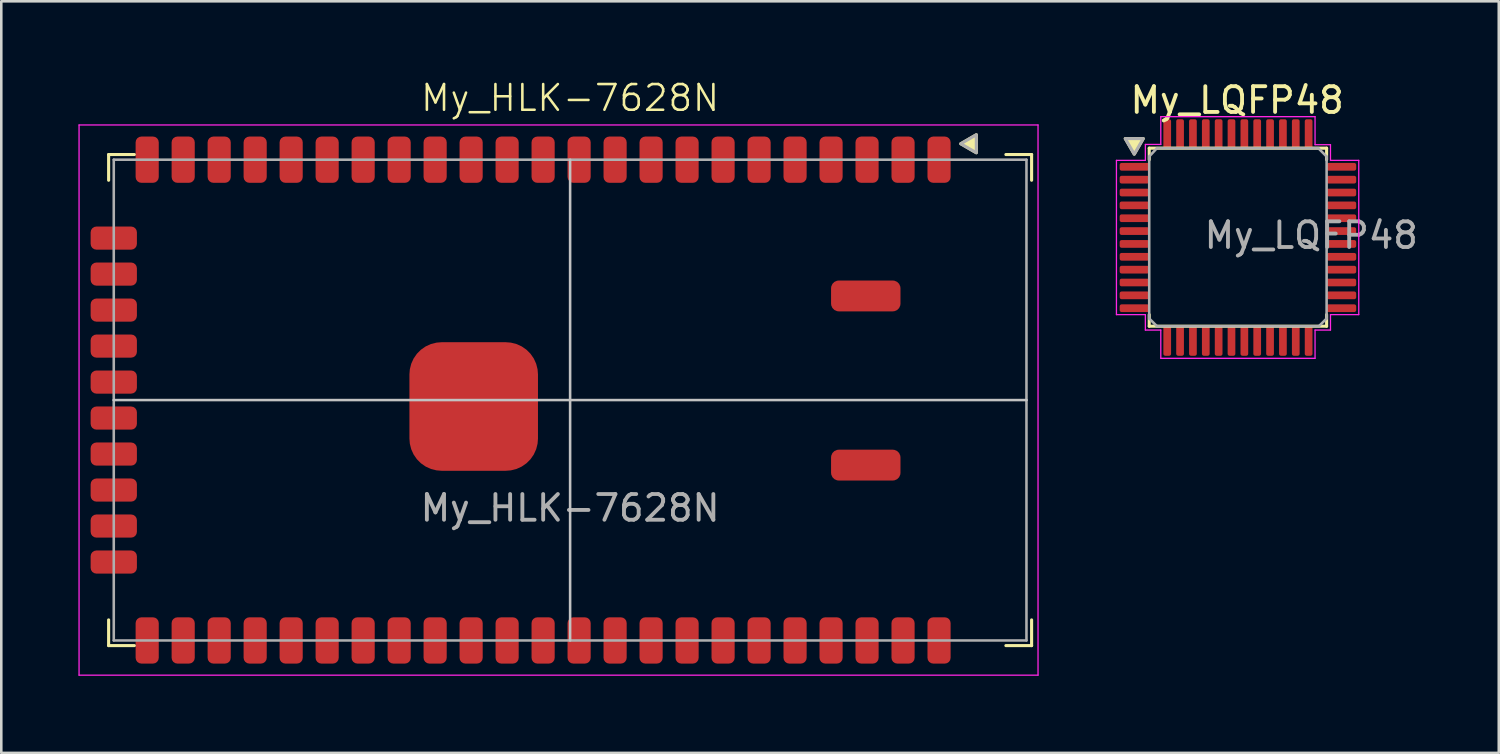
<source format=kicad_pcb>
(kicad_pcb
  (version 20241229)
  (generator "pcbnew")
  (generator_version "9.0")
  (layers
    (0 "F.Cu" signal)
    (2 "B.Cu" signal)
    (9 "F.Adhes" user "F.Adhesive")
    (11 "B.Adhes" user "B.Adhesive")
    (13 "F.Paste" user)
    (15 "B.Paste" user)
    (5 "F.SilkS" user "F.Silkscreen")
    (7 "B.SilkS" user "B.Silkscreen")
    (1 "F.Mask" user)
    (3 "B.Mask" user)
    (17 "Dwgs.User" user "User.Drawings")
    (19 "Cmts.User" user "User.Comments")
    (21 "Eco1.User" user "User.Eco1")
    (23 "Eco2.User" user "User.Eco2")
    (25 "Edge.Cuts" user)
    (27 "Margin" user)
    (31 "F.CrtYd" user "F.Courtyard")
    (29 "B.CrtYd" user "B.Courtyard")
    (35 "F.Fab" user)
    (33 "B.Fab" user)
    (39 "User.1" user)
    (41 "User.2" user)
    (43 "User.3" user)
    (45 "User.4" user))
  (footprint "My_LQFP48"
    (layer "F.Cu")
    (at 45.1 6.188)
    (property "Reference" "My_LQFP48" (at -0.03 -5.34 0) (layer "F.SilkS") (effects (font (size 1 1) (thickness 0.15))))
    (attr smd)
    (fp_line (start -3.45 -3.475) (end -3.45 -3.025) (stroke (width 0.12) (type solid)) (layer "F.SilkS"))
    (fp_line (start -3.45 3.45) (end -3.45 3) (stroke (width 0.12) (type solid)) (layer "F.SilkS"))
    (fp_line (start -3.45 3.45) (end 3.45 3.45) (stroke (width 0.12) (type solid)) (layer "F.SilkS"))
    (fp_line (start 3.45 -3.475) (end -3.45 -3.475) (stroke (width 0.12) (type solid)) (layer "F.SilkS"))
    (fp_line (start 3.45 -3.475) (end 3.45 -3.025) (stroke (width 0.12) (type solid)) (layer "F.SilkS"))
    (fp_line (start 3.45 3.45) (end 3.45 3) (stroke (width 0.12) (type solid)) (layer "F.SilkS"))
    (fp_poly (pts (xy -4.032 -3.242) (xy -4.382 -3.847) (xy -3.682 -3.847) (xy -4.032 -3.242)) (stroke (width 0.12) (type solid)) (fill yes) (layer "F.SilkS"))
    (fp_line (start -4.725 -3) (end -4.725 3) (stroke (width 0.05) (type default)) (layer "F.CrtYd"))
    (fp_line (start -4.725 3) (end -3.6 3) (stroke (width 0.05) (type default)) (layer "F.CrtYd"))
    (fp_line (start -3.6 -3.62) (end -3.6 -3) (stroke (width 0.05) (type default)) (layer "F.CrtYd"))
    (fp_line (start -3.6 -3) (end -4.725 -3) (stroke (width 0.05) (type default)) (layer "F.CrtYd"))
    (fp_line (start -3.6 3) (end -3.6 3.6) (stroke (width 0.05) (type default)) (layer "F.CrtYd"))
    (fp_line (start -3.6 3.6) (end -3 3.6) (stroke (width 0.05) (type default)) (layer "F.CrtYd"))
    (fp_line (start -3 -4.7) (end -3 -3.62) (stroke (width 0.05) (type default)) (layer "F.CrtYd"))
    (fp_line (start -3 -3.62) (end -3.6 -3.62) (stroke (width 0.05) (type default)) (layer "F.CrtYd"))
    (fp_line (start -3 3.6) (end -3 4.7) (stroke (width 0.05) (type default)) (layer "F.CrtYd"))
    (fp_line (start -3 4.7) (end 3 4.7) (stroke (width 0.05) (type default)) (layer "F.CrtYd"))
    (fp_line (start 3 -4.7) (end -3 -4.7) (stroke (width 0.05) (type default)) (layer "F.CrtYd"))
    (fp_line (start 3 -3.61) (end 3 -4.7) (stroke (width 0.05) (type default)) (layer "F.CrtYd"))
    (fp_line (start 3 3.6) (end 3.6 3.6) (stroke (width 0.05) (type default)) (layer "F.CrtYd"))
    (fp_line (start 3 4.7) (end 3 3.6) (stroke (width 0.05) (type default)) (layer "F.CrtYd"))
    (fp_line (start 3.6 -3.61) (end 3 -3.61) (stroke (width 0.05) (type default)) (layer "F.CrtYd"))
    (fp_line (start 3.6 -3) (end 3.6 -3.61) (stroke (width 0.05) (type default)) (layer "F.CrtYd"))
    (fp_line (start 3.6 3) (end 3.6 3.6) (stroke (width 0.05) (type default)) (layer "F.CrtYd"))
    (fp_line (start 3.6 3) (end 4.7 3) (stroke (width 0.05) (type default)) (layer "F.CrtYd"))
    (fp_line (start 4.7 -3) (end 3.6 -3) (stroke (width 0.05) (type default)) (layer "F.CrtYd"))
    (fp_line (start 4.7 3) (end 4.7 -3) (stroke (width 0.05) (type default)) (layer "F.CrtYd"))
    (fp_line (start -3.45 -3.15) (end -3.15 -3.475) (stroke (width 0.1) (type default)) (layer "F.Fab"))
    (fp_line (start -3.45 3.15) (end -3.45 -3.15) (stroke (width 0.1) (type default)) (layer "F.Fab"))
    (fp_line (start -3.15 -3.475) (end 3.125 -3.475) (stroke (width 0.1) (type default)) (layer "F.Fab"))
    (fp_line (start -3.15 3.45) (end -3.45 3.15) (stroke (width 0.1) (type default)) (layer "F.Fab"))
    (fp_line (start 3.125 -3.475) (end 3.45 -3.15) (stroke (width 0.1) (type default)) (layer "F.Fab"))
    (fp_line (start 3.15 3.45) (end -3.15 3.45) (stroke (width 0.1) (type default)) (layer "F.Fab"))
    (fp_line (start 3.15 3.45) (end 3.45 3.15) (stroke (width 0.1) (type default)) (layer "F.Fab"))
    (fp_line (start 3.45 -3.15) (end 3.45 3.15) (stroke (width 0.1) (type default)) (layer "F.Fab"))
    (fp_poly (pts (xy -4.032 -3.242) (xy -3.682 -3.847) (xy -4.382 -3.847) (xy -4.032 -3.242)) (stroke (width 0.12) (type solid)) (fill no) (layer "F.Fab"))
    (fp_text user "${REFERENCE}" (at -1.39 0.5 0) (unlocked yes) (layer "F.Fab") (effects (font (size 1 1) (thickness 0.15)) (justify left bottom)))
    (pad "1" smd roundrect (at -4.025 -2.75) (size 1.15 0.3) (layers "F.Cu" "F.Mask" "F.Paste") (roundrect_rratio 0.25))
    (pad "2" smd roundrect (at -4.025 -2.25) (size 1.15 0.3) (layers "F.Cu" "F.Mask" "F.Paste") (roundrect_rratio 0.25))
    (pad "3" smd roundrect (at -4.025 -1.75) (size 1.15 0.3) (layers "F.Cu" "F.Mask" "F.Paste") (roundrect_rratio 0.25))
    (pad "4" smd roundrect (at -4.025 -1.25) (size 1.15 0.3) (layers "F.Cu" "F.Mask" "F.Paste") (roundrect_rratio 0.25))
    (pad "5" smd roundrect (at -4.025 -0.75) (size 1.15 0.3) (layers "F.Cu" "F.Mask" "F.Paste") (roundrect_rratio 0.25))
    (pad "6" smd roundrect (at -4.025 -0.25) (size 1.15 0.3) (layers "F.Cu" "F.Mask" "F.Paste") (roundrect_rratio 0.25))
    (pad "7" smd roundrect (at -4.025 0.25) (size 1.15 0.3) (layers "F.Cu" "F.Mask" "F.Paste") (roundrect_rratio 0.25))
    (pad "8" smd roundrect (at -4.025 0.75) (size 1.15 0.3) (layers "F.Cu" "F.Mask" "F.Paste") (roundrect_rratio 0.25))
    (pad "9" smd roundrect (at -4.025 1.25) (size 1.15 0.3) (layers "F.Cu" "F.Mask" "F.Paste") (roundrect_rratio 0.25))
    (pad "10" smd roundrect (at -4.025 1.75) (size 1.15 0.3) (layers "F.Cu" "F.Mask" "F.Paste") (roundrect_rratio 0.25))
    (pad "11" smd roundrect (at -4.025 2.25) (size 1.15 0.3) (layers "F.Cu" "F.Mask" "F.Paste") (roundrect_rratio 0.25))
    (pad "12" smd roundrect (at -4.025 2.75) (size 1.15 0.3) (layers "F.Cu" "F.Mask" "F.Paste") (roundrect_rratio 0.25))
    (pad "13" smd roundrect (at -2.75 4.025 90) (size 1.15 0.3) (layers "F.Cu" "F.Mask" "F.Paste") (roundrect_rratio 0.25))
    (pad "14" smd roundrect (at -2.25 4.025 90) (size 1.15 0.3) (layers "F.Cu" "F.Mask" "F.Paste") (roundrect_rratio 0.25))
    (pad "15" smd roundrect (at -1.75 4.025 90) (size 1.15 0.3) (layers "F.Cu" "F.Mask" "F.Paste") (roundrect_rratio 0.25))
    (pad "16" smd roundrect (at -1.25 4.025 90) (size 1.15 0.3) (layers "F.Cu" "F.Mask" "F.Paste") (roundrect_rratio 0.25))
    (pad "17" smd roundrect (at -0.75 4.025 90) (size 1.15 0.3) (layers "F.Cu" "F.Mask" "F.Paste") (roundrect_rratio 0.25))
    (pad "18" smd roundrect (at -0.25 4.025 90) (size 1.15 0.3) (layers "F.Cu" "F.Mask" "F.Paste") (roundrect_rratio 0.25))
    (pad "19" smd roundrect (at 0.25 4.025 90) (size 1.15 0.3) (layers "F.Cu" "F.Mask" "F.Paste") (roundrect_rratio 0.25))
    (pad "20" smd roundrect (at 0.75 4.025 90) (size 1.15 0.3) (layers "F.Cu" "F.Mask" "F.Paste") (roundrect_rratio 0.25))
    (pad "21" smd roundrect (at 1.25 4.025 90) (size 1.15 0.3) (layers "F.Cu" "F.Mask" "F.Paste") (roundrect_rratio 0.25))
    (pad "22" smd roundrect (at 1.75 4.025 90) (size 1.15 0.3) (layers "F.Cu" "F.Mask" "F.Paste") (roundrect_rratio 0.25))
    (pad "23" smd roundrect (at 2.25 4.025 90) (size 1.15 0.3) (layers "F.Cu" "F.Mask" "F.Paste") (roundrect_rratio 0.25))
    (pad "24" smd roundrect (at 2.75 4.025 90) (size 1.15 0.3) (layers "F.Cu" "F.Mask" "F.Paste") (roundrect_rratio 0.25))
    (pad "25" smd roundrect (at 4.025 2.75) (size 1.15 0.3) (layers "F.Cu" "F.Mask" "F.Paste") (roundrect_rratio 0.25))
    (pad "26" smd roundrect (at 4.025 2.25) (size 1.15 0.3) (layers "F.Cu" "F.Mask" "F.Paste") (roundrect_rratio 0.25))
    (pad "27" smd roundrect (at 4.025 1.75) (size 1.15 0.3) (layers "F.Cu" "F.Mask" "F.Paste") (roundrect_rratio 0.25))
    (pad "28" smd roundrect (at 4.025 1.25) (size 1.15 0.3) (layers "F.Cu" "F.Mask" "F.Paste") (roundrect_rratio 0.25))
    (pad "29" smd roundrect (at 4.025 0.75) (size 1.15 0.3) (layers "F.Cu" "F.Mask" "F.Paste") (roundrect_rratio 0.25))
    (pad "30" smd roundrect (at 4.025 0.25) (size 1.15 0.3) (layers "F.Cu" "F.Mask" "F.Paste") (roundrect_rratio 0.25))
    (pad "31" smd roundrect (at 4.025 -0.25) (size 1.15 0.3) (layers "F.Cu" "F.Mask" "F.Paste") (roundrect_rratio 0.25))
    (pad "32" smd roundrect (at 4.025 -0.75) (size 1.15 0.3) (layers "F.Cu" "F.Mask" "F.Paste") (roundrect_rratio 0.25))
    (pad "33" smd roundrect (at 4.025 -1.25) (size 1.15 0.3) (layers "F.Cu" "F.Mask" "F.Paste") (roundrect_rratio 0.25))
    (pad "34" smd roundrect (at 4.025 -1.75) (size 1.15 0.3) (layers "F.Cu" "F.Mask" "F.Paste") (roundrect_rratio 0.25))
    (pad "35" smd roundrect (at 4.025 -2.25) (size 1.15 0.3) (layers "F.Cu" "F.Mask" "F.Paste") (roundrect_rratio 0.25))
    (pad "36" smd roundrect (at 4.025 -2.75) (size 1.15 0.3) (layers "F.Cu" "F.Mask" "F.Paste") (roundrect_rratio 0.25))
    (pad "37" smd roundrect (at 2.75 -4.025 90) (size 1.15 0.3) (layers "F.Cu" "F.Mask" "F.Paste") (roundrect_rratio 0.25))
    (pad "38" smd roundrect (at 2.25 -4.025 90) (size 1.15 0.3) (layers "F.Cu" "F.Mask" "F.Paste") (roundrect_rratio 0.25))
    (pad "39" smd roundrect (at 1.75 -4.025 90) (size 1.15 0.3) (layers "F.Cu" "F.Mask" "F.Paste") (roundrect_rratio 0.25))
    (pad "40" smd roundrect (at 1.25 -4.025 90) (size 1.15 0.3) (layers "F.Cu" "F.Mask" "F.Paste") (roundrect_rratio 0.25))
    (pad "41" smd roundrect (at 0.75 -4.025 90) (size 1.15 0.3) (layers "F.Cu" "F.Mask" "F.Paste") (roundrect_rratio 0.25))
    (pad "42" smd roundrect (at 0.25 -4.025 90) (size 1.15 0.3) (layers "F.Cu" "F.Mask" "F.Paste") (roundrect_rratio 0.25))
    (pad "43" smd roundrect (at -0.25 -4.025 90) (size 1.15 0.3) (layers "F.Cu" "F.Mask" "F.Paste") (roundrect_rratio 0.25))
    (pad "44" smd roundrect (at -0.75 -4.025 90) (size 1.15 0.3) (layers "F.Cu" "F.Mask" "F.Paste") (roundrect_rratio 0.25))
    (pad "45" smd roundrect (at -1.25 -4.025 90) (size 1.15 0.3) (layers "F.Cu" "F.Mask" "F.Paste") (roundrect_rratio 0.25))
    (pad "46" smd roundrect (at -1.75 -4.025 90) (size 1.15 0.3) (layers "F.Cu" "F.Mask" "F.Paste") (roundrect_rratio 0.25))
    (pad "47" smd roundrect (at -2.25 -4.025 90) (size 1.15 0.3) (layers "F.Cu" "F.Mask" "F.Paste") (roundrect_rratio 0.25))
    (pad "48" smd roundrect (at -2.75 -4.025 90) (size 1.15 0.3) (layers "F.Cu" "F.Mask" "F.Paste") (roundrect_rratio 0.25)))
  (footprint "My_HLK-7628N"
    (layer "F.Cu")
    (at 19.125 12.511)
    (property "Reference" "My_HLK-7628N" (at 0 -11.75 0) (unlocked yes) (layer "F.SilkS") (effects (font (size 1 1) (thickness 0.1))))
    (attr smd)
    (fp_line (start -17.95 -9.55) (end -17.95 -8.55) (stroke (width 0.12) (type default)) (layer "F.SilkS"))
    (fp_line (start -17.95 8.55) (end -17.95 9.55) (stroke (width 0.12) (type default)) (layer "F.SilkS"))
    (fp_line (start -17.95 9.55) (end -16.95 9.55) (stroke (width 0.12) (type default)) (layer "F.SilkS"))
    (fp_line (start -16.95 -9.55) (end -17.95 -9.55) (stroke (width 0.12) (type default)) (layer "F.SilkS"))
    (fp_line (start 16.95 9.55) (end 17.95 9.55) (stroke (width 0.12) (type default)) (layer "F.SilkS"))
    (fp_line (start 17.95 -9.55) (end 16.95 -9.55) (stroke (width 0.12) (type default)) (layer "F.SilkS"))
    (fp_line (start 17.95 -8.55) (end 17.95 -9.55) (stroke (width 0.12) (type default)) (layer "F.SilkS"))
    (fp_line (start 17.95 9.55) (end 17.95 8.55) (stroke (width 0.12) (type default)) (layer "F.SilkS"))
    (fp_poly (pts (xy 15.194 -9.97) (xy 15.8 -10.32) (xy 15.8 -9.62) (xy 15.194 -9.97)) (stroke (width 0.12) (type solid)) (fill yes) (layer "F.SilkS"))
    (fp_line (start -17.75 0) (end 17.75 0) (stroke (width 0.1) (type default)) (layer "Dwgs.User"))
    (fp_line (start 0 -9.35) (end 0 9.35) (stroke (width 0.1) (type default)) (layer "Dwgs.User"))
    (fp_line (start -19.1 -10.7) (end -19.1 10.7) (stroke (width 0.05) (type default)) (layer "F.CrtYd"))
    (fp_line (start -19.1 -10.7) (end 18.2 -10.7) (stroke (width 0.05) (type default)) (layer "F.CrtYd"))
    (fp_line (start -19.1 10.7) (end 18.2 10.7) (stroke (width 0.05) (type default)) (layer "F.CrtYd"))
    (fp_line (start 18.2 10.7) (end 18.2 -10.7) (stroke (width 0.05) (type default)) (layer "F.CrtYd"))
    (fp_line (start -17.75 -9.35) (end 17.75 -9.35) (stroke (width 0.1) (type default)) (layer "F.Fab"))
    (fp_line (start -17.75 0) (end -17.75 -9.35) (stroke (width 0.1) (type default)) (layer "F.Fab"))
    (fp_line (start -17.75 0) (end -17.75 9.35) (stroke (width 0.1) (type default)) (layer "F.Fab"))
    (fp_line (start -17.75 9.35) (end 17.75 9.35) (stroke (width 0.1) (type default)) (layer "F.Fab"))
    (fp_line (start 17.75 0) (end 17.75 -9.35) (stroke (width 0.1) (type default)) (layer "F.Fab"))
    (fp_line (start 17.75 0) (end 17.75 9.35) (stroke (width 0.1) (type default)) (layer "F.Fab"))
    (fp_poly (pts (xy 15.194 -9.97) (xy 15.8 -10.32) (xy 15.8 -9.62) (xy 15.194 -9.97)) (stroke (width 0.12) (type solid)) (fill no) (layer "F.Fab"))
    (fp_text user "${REFERENCE}" (at 0 4.2 0) (unlocked yes) (layer "F.Fab") (effects (font (size 1 1) (thickness 0.15))))
    (pad "1" smd roundrect (at 14.35 -9.35) (size 0.9 1.8) (layers "F.Cu" "F.Mask" "F.Paste") (roundrect_rratio 0.25))
    (pad "2" smd roundrect (at 12.95 -9.35) (size 0.9 1.8) (layers "F.Cu" "F.Mask" "F.Paste") (roundrect_rratio 0.25))
    (pad "3" smd roundrect (at 11.55 -9.35) (size 0.9 1.8) (layers "F.Cu" "F.Mask" "F.Paste") (roundrect_rratio 0.25))
    (pad "4" smd roundrect (at 10.15 -9.35) (size 0.9 1.8) (layers "F.Cu" "F.Mask" "F.Paste") (roundrect_rratio 0.25))
    (pad "5" smd roundrect (at 8.75 -9.35) (size 0.9 1.8) (layers "F.Cu" "F.Mask" "F.Paste") (roundrect_rratio 0.25))
    (pad "6" smd roundrect (at 7.35 -9.35) (size 0.9 1.8) (layers "F.Cu" "F.Mask" "F.Paste") (roundrect_rratio 0.25))
    (pad "7" smd roundrect (at 5.95 -9.35) (size 0.9 1.8) (layers "F.Cu" "F.Mask" "F.Paste") (roundrect_rratio 0.25))
    (pad "8" smd roundrect (at 4.55 -9.35) (size 0.9 1.8) (layers "F.Cu" "F.Mask" "F.Paste") (roundrect_rratio 0.25))
    (pad "9" smd roundrect (at 3.15 -9.35) (size 0.9 1.8) (layers "F.Cu" "F.Mask" "F.Paste") (roundrect_rratio 0.25))
    (pad "10" smd roundrect (at 1.75 -9.35) (size 0.9 1.8) (layers "F.Cu" "F.Mask" "F.Paste") (roundrect_rratio 0.25))
    (pad "11" smd roundrect (at 0.35 -9.35) (size 0.9 1.8) (layers "F.Cu" "F.Mask" "F.Paste") (roundrect_rratio 0.25))
    (pad "12" smd roundrect (at -1.05 -9.35) (size 0.9 1.8) (layers "F.Cu" "F.Mask" "F.Paste") (roundrect_rratio 0.25))
    (pad "13" smd roundrect (at -2.45 -9.35) (size 0.9 1.8) (layers "F.Cu" "F.Mask" "F.Paste") (roundrect_rratio 0.25))
    (pad "14" smd roundrect (at -3.85 -9.35) (size 0.9 1.8) (layers "F.Cu" "F.Mask" "F.Paste") (roundrect_rratio 0.25))
    (pad "15" smd roundrect (at -5.25 -9.35) (size 0.9 1.8) (layers "F.Cu" "F.Mask" "F.Paste") (roundrect_rratio 0.25))
    (pad "16" smd roundrect (at -6.65 -9.35) (size 0.9 1.8) (layers "F.Cu" "F.Mask" "F.Paste") (roundrect_rratio 0.25))
    (pad "17" smd roundrect (at -8.05 -9.35) (size 0.9 1.8) (layers "F.Cu" "F.Mask" "F.Paste") (roundrect_rratio 0.25))
    (pad "18" smd roundrect (at -9.45 -9.35) (size 0.9 1.8) (layers "F.Cu" "F.Mask" "F.Paste") (roundrect_rratio 0.25))
    (pad "19" smd roundrect (at -10.85 -9.35) (size 0.9 1.8) (layers "F.Cu" "F.Mask" "F.Paste") (roundrect_rratio 0.25))
    (pad "20" smd roundrect (at -12.25 -9.35) (size 0.9 1.8) (layers "F.Cu" "F.Mask" "F.Paste") (roundrect_rratio 0.25))
    (pad "21" smd roundrect (at -13.65 -9.35) (size 0.9 1.8) (layers "F.Cu" "F.Mask" "F.Paste") (roundrect_rratio 0.25))
    (pad "22" smd roundrect (at -15.05 -9.35) (size 0.9 1.8) (layers "F.Cu" "F.Mask" "F.Paste") (roundrect_rratio 0.25))
    (pad "23" smd roundrect (at -16.45 -9.35 180) (size 0.9 1.8) (layers "F.Cu" "F.Mask" "F.Paste") (roundrect_rratio 0.25))
    (pad "24" smd roundrect (at -17.75 -6.3 270) (size 0.9 1.8) (layers "F.Cu" "F.Mask" "F.Paste") (roundrect_rratio 0.25))
    (pad "25" smd roundrect (at -17.75 -4.9 270) (size 0.9 1.8) (layers "F.Cu" "F.Mask" "F.Paste") (roundrect_rratio 0.25))
    (pad "26" smd roundrect (at -17.75 -3.5 270) (size 0.9 1.8) (layers "F.Cu" "F.Mask" "F.Paste") (roundrect_rratio 0.25))
    (pad "27" smd roundrect (at -17.75 -2.1 270) (size 0.9 1.8) (layers "F.Cu" "F.Mask" "F.Paste") (roundrect_rratio 0.25))
    (pad "28" smd roundrect (at -17.75 -0.7 270) (size 0.9 1.8) (layers "F.Cu" "F.Mask" "F.Paste") (roundrect_rratio 0.25))
    (pad "29" smd roundrect (at -17.75 0.7 270) (size 0.9 1.8) (layers "F.Cu" "F.Mask" "F.Paste") (roundrect_rratio 0.25))
    (pad "30" smd roundrect (at -17.75 2.1 270) (size 0.9 1.8) (layers "F.Cu" "F.Mask" "F.Paste") (roundrect_rratio 0.25))
    (pad "31" smd roundrect (at -17.75 3.5 270) (size 0.9 1.8) (layers "F.Cu" "F.Mask" "F.Paste") (roundrect_rratio 0.25))
    (pad "32" smd roundrect (at -17.75 4.9 270) (size 0.9 1.8) (layers "F.Cu" "F.Mask" "F.Paste") (roundrect_rratio 0.25))
    (pad "33" smd roundrect (at -17.75 6.3 270) (size 0.9 1.8) (layers "F.Cu" "F.Mask" "F.Paste") (roundrect_rratio 0.25))
    (pad "34" smd roundrect (at -16.45 9.35) (size 0.9 1.8) (layers "F.Cu" "F.Mask" "F.Paste") (roundrect_rratio 0.25))
    (pad "35" smd roundrect (at -15.05 9.35) (size 0.9 1.8) (layers "F.Cu" "F.Mask" "F.Paste") (roundrect_rratio 0.25))
    (pad "36" smd roundrect (at -13.65 9.35) (size 0.9 1.8) (layers "F.Cu" "F.Mask" "F.Paste") (roundrect_rratio 0.25))
    (pad "37" smd roundrect (at -12.25 9.35) (size 0.9 1.8) (layers "F.Cu" "F.Mask" "F.Paste") (roundrect_rratio 0.25))
    (pad "38" smd roundrect (at -10.85 9.35) (size 0.9 1.8) (layers "F.Cu" "F.Mask" "F.Paste") (roundrect_rratio 0.25))
    (pad "39" smd roundrect (at -9.45 9.35) (size 0.9 1.8) (layers "F.Cu" "F.Mask" "F.Paste") (roundrect_rratio 0.25))
    (pad "40" smd roundrect (at -8.05 9.35) (size 0.9 1.8) (layers "F.Cu" "F.Mask" "F.Paste") (roundrect_rratio 0.25))
    (pad "41" smd roundrect (at -6.65 9.35) (size 0.9 1.8) (layers "F.Cu" "F.Mask" "F.Paste") (roundrect_rratio 0.25))
    (pad "42" smd roundrect (at -5.25 9.35) (size 0.9 1.8) (layers "F.Cu" "F.Mask" "F.Paste") (roundrect_rratio 0.25))
    (pad "43" smd roundrect (at -3.85 9.35) (size 0.9 1.8) (layers "F.Cu" "F.Mask" "F.Paste") (roundrect_rratio 0.25))
    (pad "44" smd roundrect (at -2.45 9.35) (size 0.9 1.8) (layers "F.Cu" "F.Mask" "F.Paste") (roundrect_rratio 0.25))
    (pad "45" smd roundrect (at -1.05 9.35) (size 0.9 1.8) (layers "F.Cu" "F.Mask" "F.Paste") (roundrect_rratio 0.25))
    (pad "46" smd roundrect (at 0.35 9.35) (size 0.9 1.8) (layers "F.Cu" "F.Mask" "F.Paste") (roundrect_rratio 0.25))
    (pad "47" smd roundrect (at 1.75 9.35) (size 0.9 1.8) (layers "F.Cu" "F.Mask" "F.Paste") (roundrect_rratio 0.25))
    (pad "48" smd roundrect (at 3.15 9.35) (size 0.9 1.8) (layers "F.Cu" "F.Mask" "F.Paste") (roundrect_rratio 0.25))
    (pad "49" smd roundrect (at 4.55 9.35) (size 0.9 1.8) (layers "F.Cu" "F.Mask" "F.Paste") (roundrect_rratio 0.25))
    (pad "50" smd roundrect (at 5.95 9.35) (size 0.9 1.8) (layers "F.Cu" "F.Mask" "F.Paste") (roundrect_rratio 0.25))
    (pad "51" smd roundrect (at 7.35 9.35) (size 0.9 1.8) (layers "F.Cu" "F.Mask" "F.Paste") (roundrect_rratio 0.25))
    (pad "52" smd roundrect (at 8.75 9.35) (size 0.9 1.8) (layers "F.Cu" "F.Mask" "F.Paste") (roundrect_rratio 0.25))
    (pad "53" smd roundrect (at 10.15 9.35) (size 0.9 1.8) (layers "F.Cu" "F.Mask" "F.Paste") (roundrect_rratio 0.25))
    (pad "54" smd roundrect (at 11.55 9.35) (size 0.9 1.8) (layers "F.Cu" "F.Mask" "F.Paste") (roundrect_rratio 0.25))
    (pad "55" smd roundrect (at 12.95 9.35) (size 0.9 1.8) (layers "F.Cu" "F.Mask" "F.Paste") (roundrect_rratio 0.25))
    (pad "56" smd roundrect (at 14.35 9.35) (size 0.9 1.8) (layers "F.Cu" "F.Mask" "F.Paste") (roundrect_rratio 0.25))
    (pad "57" smd roundrect (at -3.75 0.25) (size 5 5) (layers "F.Cu" "F.Mask" "F.Paste") (roundrect_rratio 0.25))
    (pad "58" smd roundrect (at 11.5 -4.05 90) (size 1.2 2.7) (layers "F.Cu" "F.Mask" "F.Paste") (roundrect_rratio 0.25))
    (pad "59" smd roundrect (at 11.5 2.53 90) (size 1.2 2.7) (layers "F.Cu" "F.Mask" "F.Paste") (roundrect_rratio 0.25)))
  (gr_rect
    (start -3 -3)
    (end 55.246 26.235)
    (stroke (width 0.1) (type default))
    (fill no)
    (layer "Edge.Cuts")))
</source>
